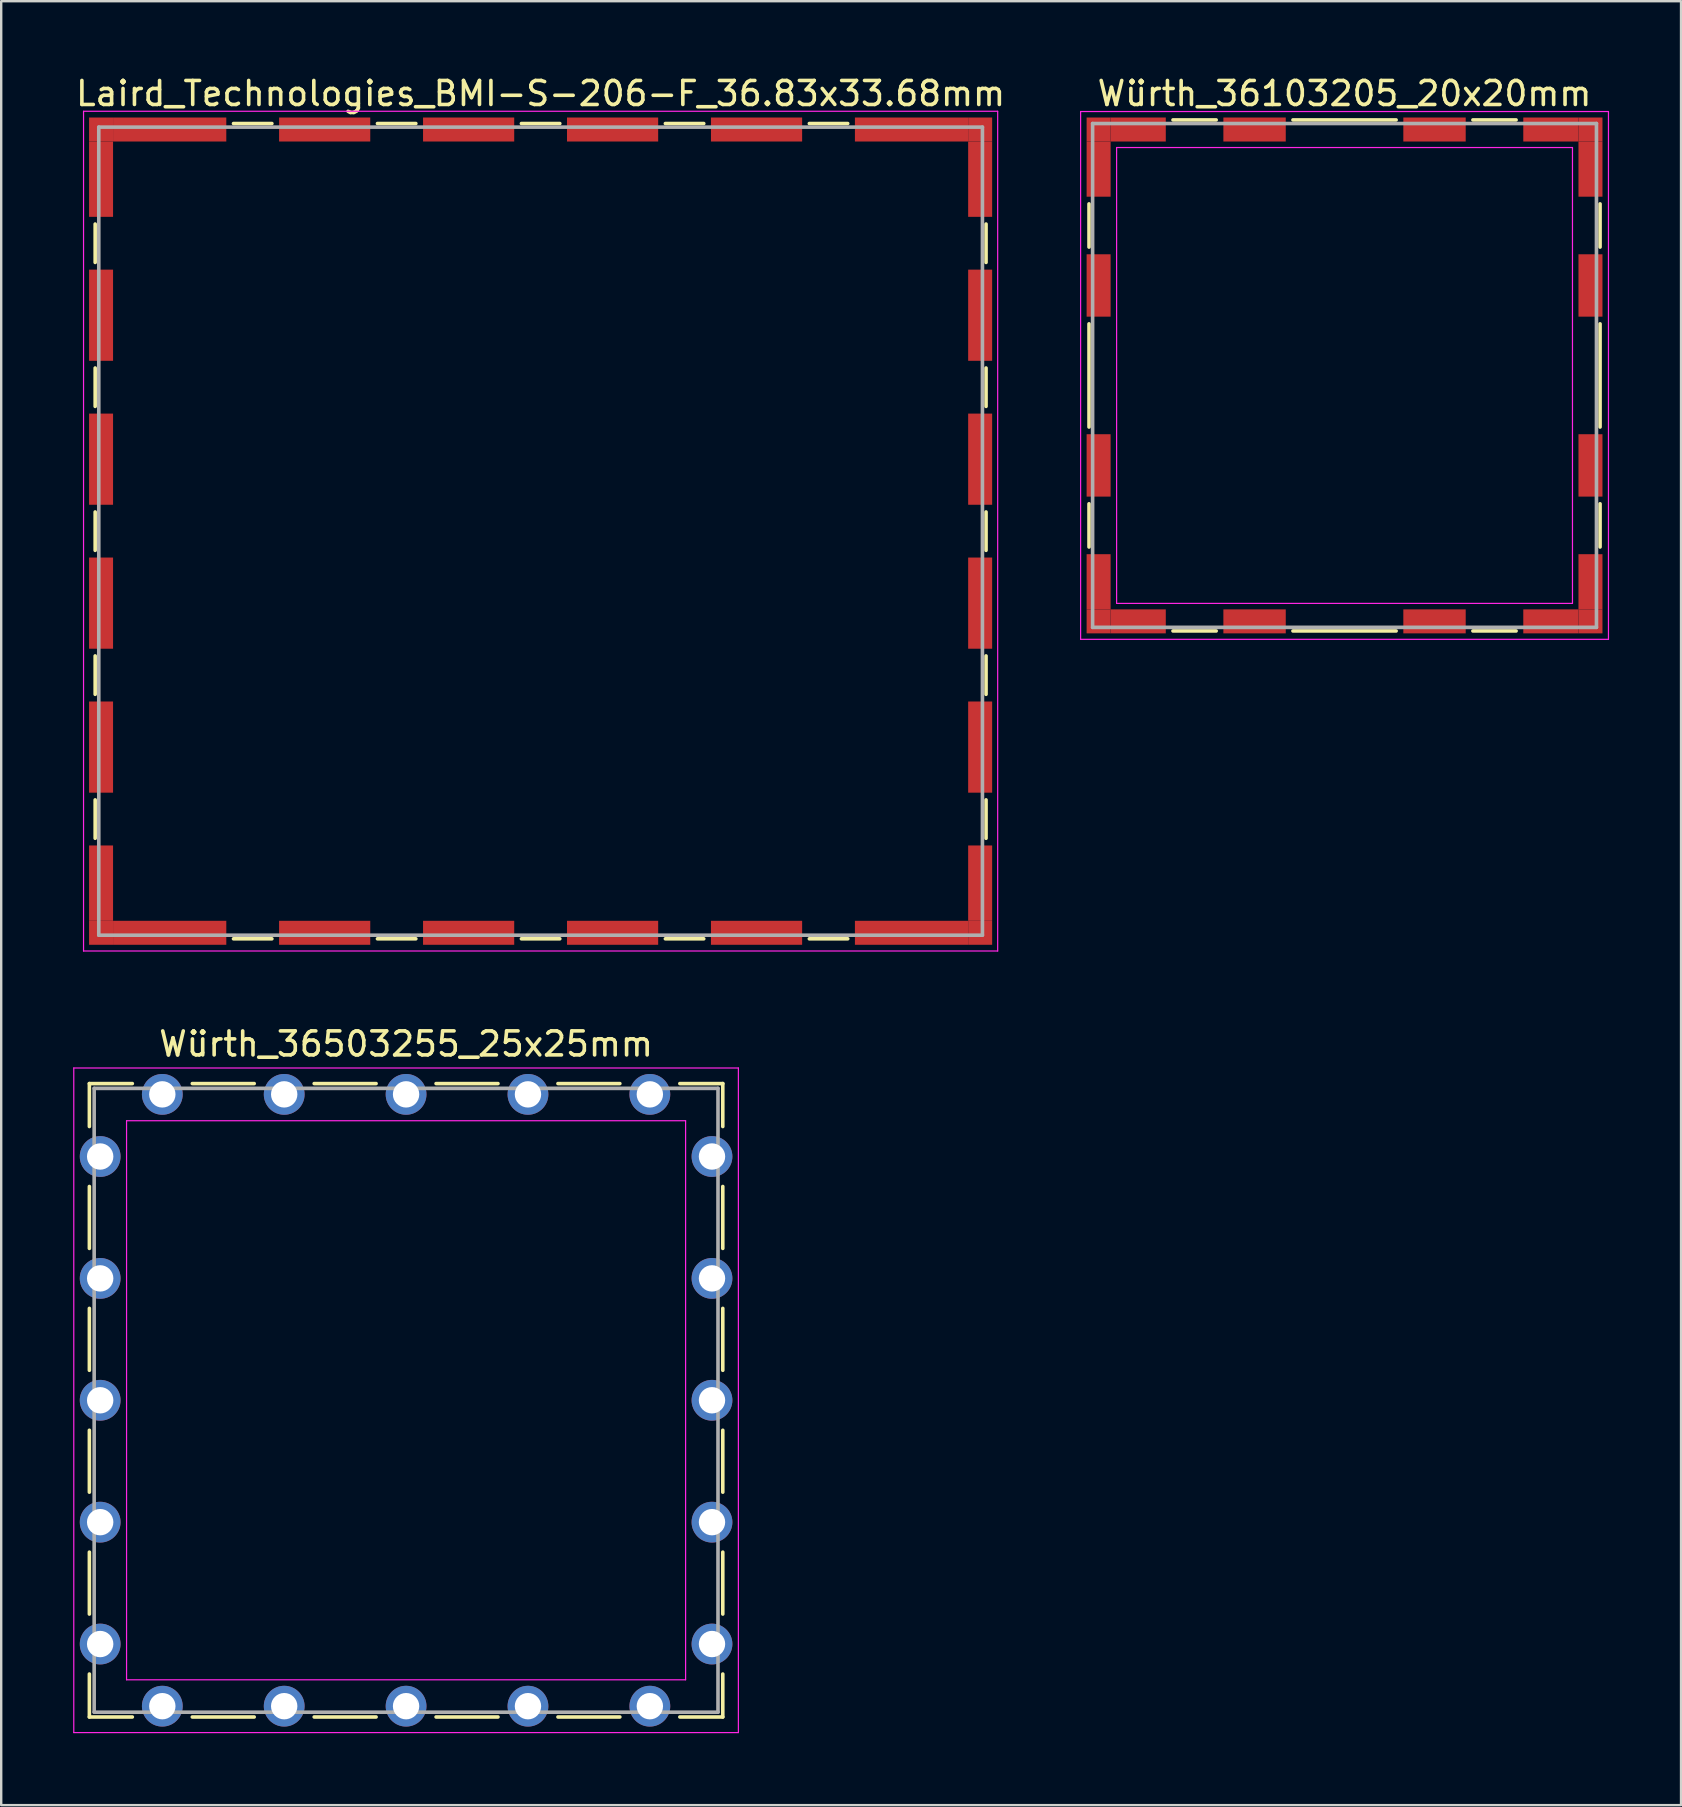
<source format=kicad_pcb>
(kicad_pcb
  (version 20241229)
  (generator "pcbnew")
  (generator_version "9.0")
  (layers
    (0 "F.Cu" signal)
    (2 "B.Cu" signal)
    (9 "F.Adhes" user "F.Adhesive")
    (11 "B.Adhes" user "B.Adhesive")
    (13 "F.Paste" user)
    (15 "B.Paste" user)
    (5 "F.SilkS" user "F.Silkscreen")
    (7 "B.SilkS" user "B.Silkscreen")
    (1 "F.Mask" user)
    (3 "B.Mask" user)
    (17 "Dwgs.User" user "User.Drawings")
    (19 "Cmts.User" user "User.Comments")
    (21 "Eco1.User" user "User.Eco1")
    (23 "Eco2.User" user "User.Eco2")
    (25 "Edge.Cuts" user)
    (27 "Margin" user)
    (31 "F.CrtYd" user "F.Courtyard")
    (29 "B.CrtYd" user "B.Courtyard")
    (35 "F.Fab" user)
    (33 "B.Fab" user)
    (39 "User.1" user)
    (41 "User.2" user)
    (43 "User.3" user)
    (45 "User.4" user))
  (footprint "Würth_36103205_20x20mm"
    (layer "F.Cu")
    (at 52.989 12.598)
    (property "Reference" "Würth_36103205_20x20mm" (at 0 -11.75 0) (layer "F.SilkS") (effects (font (size 1 1) (thickness 0.15))))
    (attr smd)
    (fp_line (start -10.65 -7.15) (end -10.65 -5.35) (stroke (width 0.15) (type solid)) (layer "F.SilkS"))
    (fp_line (start -10.65 -2.15) (end -10.65 2.15) (stroke (width 0.15) (type solid)) (layer "F.SilkS"))
    (fp_line (start -10.65 5.35) (end -10.65 7.15) (stroke (width 0.15) (type solid)) (layer "F.SilkS"))
    (fp_line (start -7.15 -10.65) (end -5.35 -10.65) (stroke (width 0.15) (type solid)) (layer "F.SilkS"))
    (fp_line (start -7.15 10.65) (end -5.35 10.65) (stroke (width 0.15) (type solid)) (layer "F.SilkS"))
    (fp_line (start -2.15 -10.65) (end 2.15 -10.65) (stroke (width 0.15) (type solid)) (layer "F.SilkS"))
    (fp_line (start -2.15 10.65) (end 2.15 10.65) (stroke (width 0.15) (type solid)) (layer "F.SilkS"))
    (fp_line (start 5.35 -10.65) (end 7.15 -10.65) (stroke (width 0.15) (type solid)) (layer "F.SilkS"))
    (fp_line (start 5.35 10.65) (end 7.15 10.65) (stroke (width 0.15) (type solid)) (layer "F.SilkS"))
    (fp_line (start 10.65 -7.15) (end 10.65 -5.35) (stroke (width 0.15) (type solid)) (layer "F.SilkS"))
    (fp_line (start 10.65 -2.15) (end 10.65 2.15) (stroke (width 0.15) (type solid)) (layer "F.SilkS"))
    (fp_line (start 10.65 5.35) (end 10.65 7.15) (stroke (width 0.15) (type solid)) (layer "F.SilkS"))
    (fp_line (start -11 -11) (end -11 11) (stroke (width 0.05) (type solid)) (layer "F.CrtYd"))
    (fp_line (start -11 11) (end 11 11) (stroke (width 0.05) (type solid)) (layer "F.CrtYd"))
    (fp_line (start -9.5 -9.5) (end -9.5 9.5) (stroke (width 0.05) (type solid)) (layer "F.CrtYd"))
    (fp_line (start -9.5 9.5) (end 9.5 9.5) (stroke (width 0.05) (type solid)) (layer "F.CrtYd"))
    (fp_line (start 9.5 -9.5) (end -9.5 -9.5) (stroke (width 0.05) (type solid)) (layer "F.CrtYd"))
    (fp_line (start 9.5 9.5) (end 9.5 -9.5) (stroke (width 0.05) (type solid)) (layer "F.CrtYd"))
    (fp_line (start 11 -11) (end -11 -11) (stroke (width 0.05) (type solid)) (layer "F.CrtYd"))
    (fp_line (start 11 11) (end 11 -11) (stroke (width 0.05) (type solid)) (layer "F.CrtYd"))
    (fp_line (start -10.5 -10.5) (end -10.5 10.5) (stroke (width 0.15) (type solid)) (layer "F.Fab"))
    (fp_line (start -10.5 10.5) (end 10.5 10.5) (stroke (width 0.15) (type solid)) (layer "F.Fab"))
    (fp_line (start 10.5 -10.5) (end -10.5 -10.5) (stroke (width 0.15) (type solid)) (layer "F.Fab"))
    (fp_line (start 10.5 10.5) (end 10.5 -10.5) (stroke (width 0.15) (type solid)) (layer "F.Fab"))
    (pad "1" smd rect (at -10.25 -10.25) (size 1 1) (layers "F.Cu" "F.Mask"))
    (pad "1" smd rect (at -10.25 -8.6) (size 1 2.3) (layers "F.Cu" "F.Mask"))
    (pad "1" smd rect (at -10.25 -3.75) (size 1 2.6) (layers "F.Cu" "F.Mask"))
    (pad "1" smd rect (at -10.25 3.75) (size 1 2.6) (layers "F.Cu" "F.Mask"))
    (pad "1" smd rect (at -10.25 8.6) (size 1 2.3) (layers "F.Cu" "F.Mask"))
    (pad "1" smd rect (at -10.25 10.25) (size 1 1) (layers "F.Cu" "F.Mask"))
    (pad "1" smd rect (at -8.6 -10.25) (size 2.3 1) (layers "F.Cu" "F.Mask"))
    (pad "1" smd rect (at -8.6 10.25) (size 2.3 1) (layers "F.Cu" "F.Mask"))
    (pad "1" smd rect (at -3.75 -10.25) (size 2.6 1) (layers "F.Cu" "F.Mask"))
    (pad "1" smd rect (at -3.75 10.25) (size 2.6 1) (layers "F.Cu" "F.Mask"))
    (pad "1" smd rect (at 3.75 -10.25) (size 2.6 1) (layers "F.Cu" "F.Mask"))
    (pad "1" smd rect (at 3.75 10.25) (size 2.6 1) (layers "F.Cu" "F.Mask"))
    (pad "1" smd rect (at 8.6 -10.25) (size 2.3 1) (layers "F.Cu" "F.Mask"))
    (pad "1" smd rect (at 8.6 10.25) (size 2.3 1) (layers "F.Cu" "F.Mask"))
    (pad "1" smd rect (at 10.25 -10.25) (size 1 1) (layers "F.Cu" "F.Mask"))
    (pad "1" smd rect (at 10.25 -8.6) (size 1 2.3) (layers "F.Cu" "F.Mask"))
    (pad "1" smd rect (at 10.25 -3.75) (size 1 2.6) (layers "F.Cu" "F.Mask"))
    (pad "1" smd rect (at 10.25 3.75) (size 1 2.6) (layers "F.Cu" "F.Mask"))
    (pad "1" smd rect (at 10.25 8.6) (size 1 2.3) (layers "F.Cu" "F.Mask"))
    (pad "1" smd rect (at 10.25 10.25) (size 1 1) (layers "F.Cu" "F.Mask")))
  (footprint "Laird_Technologies_BMI-S-206-F_36.83x33.68mm"
    (layer "F.Cu")
    (at 19.482 19.088)
    (property "Reference" "Laird_Technologies_BMI-S-206-F_36.83x33.68mm" (at 0 -18.24 0) (layer "F.SilkS") (effects (font (size 1 1) (thickness 0.15))))
    (attr smd)
    (fp_line (start -18.565 -12.8) (end -18.565 -11.2) (stroke (width 0.15) (type solid)) (layer "F.SilkS"))
    (fp_line (start -18.565 -6.8) (end -18.565 -5.2) (stroke (width 0.15) (type solid)) (layer "F.SilkS"))
    (fp_line (start -18.565 -0.8) (end -18.565 0.8) (stroke (width 0.15) (type solid)) (layer "F.SilkS"))
    (fp_line (start -18.565 5.2) (end -18.565 6.8) (stroke (width 0.15) (type solid)) (layer "F.SilkS"))
    (fp_line (start -18.565 11.2) (end -18.565 12.8) (stroke (width 0.15) (type solid)) (layer "F.SilkS"))
    (fp_line (start -12.8 -16.99) (end -11.2 -16.99) (stroke (width 0.15) (type solid)) (layer "F.SilkS"))
    (fp_line (start -12.8 16.99) (end -11.2 16.99) (stroke (width 0.15) (type solid)) (layer "F.SilkS"))
    (fp_line (start -6.8 -16.99) (end -5.2 -16.99) (stroke (width 0.15) (type solid)) (layer "F.SilkS"))
    (fp_line (start -6.8 16.99) (end -5.2 16.99) (stroke (width 0.15) (type solid)) (layer "F.SilkS"))
    (fp_line (start -0.8 -16.99) (end 0.8 -16.99) (stroke (width 0.15) (type solid)) (layer "F.SilkS"))
    (fp_line (start -0.8 16.99) (end 0.8 16.99) (stroke (width 0.15) (type solid)) (layer "F.SilkS"))
    (fp_line (start 5.2 -16.99) (end 6.8 -16.99) (stroke (width 0.15) (type solid)) (layer "F.SilkS"))
    (fp_line (start 5.2 16.99) (end 6.8 16.99) (stroke (width 0.15) (type solid)) (layer "F.SilkS"))
    (fp_line (start 11.2 -16.99) (end 12.8 -16.99) (stroke (width 0.15) (type solid)) (layer "F.SilkS"))
    (fp_line (start 11.2 16.99) (end 12.8 16.99) (stroke (width 0.15) (type solid)) (layer "F.SilkS"))
    (fp_line (start 18.565 -12.8) (end 18.565 -11.2) (stroke (width 0.15) (type solid)) (layer "F.SilkS"))
    (fp_line (start 18.565 -6.8) (end 18.565 -5.2) (stroke (width 0.15) (type solid)) (layer "F.SilkS"))
    (fp_line (start 18.565 -0.8) (end 18.565 0.8) (stroke (width 0.15) (type solid)) (layer "F.SilkS"))
    (fp_line (start 18.565 5.2) (end 18.565 6.8) (stroke (width 0.15) (type solid)) (layer "F.SilkS"))
    (fp_line (start 18.565 11.2) (end 18.565 12.8) (stroke (width 0.15) (type solid)) (layer "F.SilkS"))
    (fp_line (start -19.05 -17.5) (end -19.05 17.5) (stroke (width 0.05) (type solid)) (layer "F.CrtYd"))
    (fp_line (start -19.05 17.5) (end 19.05 17.5) (stroke (width 0.05) (type solid)) (layer "F.CrtYd"))
    (fp_line (start 19.05 -17.5) (end -19.05 -17.5) (stroke (width 0.05) (type solid)) (layer "F.CrtYd"))
    (fp_line (start 19.05 17.5) (end 19.05 -17.5) (stroke (width 0.05) (type solid)) (layer "F.CrtYd"))
    (fp_line (start -18.415 -16.84) (end -18.415 16.84) (stroke (width 0.15) (type solid)) (layer "F.Fab"))
    (fp_line (start -18.415 16.84) (end 18.415 16.84) (stroke (width 0.15) (type solid)) (layer "F.Fab"))
    (fp_line (start 18.415 -16.84) (end -18.415 -16.84) (stroke (width 0.15) (type solid)) (layer "F.Fab"))
    (fp_line (start 18.415 16.84) (end 18.415 -16.84) (stroke (width 0.15) (type solid)) (layer "F.Fab"))
    (pad "1" smd rect (at -18.32 -16.74) (size 1 1) (layers "F.Cu" "F.Mask"))
    (pad "1" smd rect (at -18.32 -14.67) (size 1 3.14) (layers "F.Cu" "F.Mask"))
    (pad "1" smd rect (at -18.32 -9) (size 1 3.8) (layers "F.Cu" "F.Mask"))
    (pad "1" smd rect (at -18.32 -3) (size 1 3.8) (layers "F.Cu" "F.Mask"))
    (pad "1" smd rect (at -18.32 3) (size 1 3.8) (layers "F.Cu" "F.Mask"))
    (pad "1" smd rect (at -18.32 9) (size 1 3.8) (layers "F.Cu" "F.Mask"))
    (pad "1" smd rect (at -18.32 14.67) (size 1 3.14) (layers "F.Cu" "F.Mask"))
    (pad "1" smd rect (at -18.32 16.74) (size 1 1) (layers "F.Cu" "F.Mask"))
    (pad "1" smd rect (at -15.46 -16.74) (size 4.72 1) (layers "F.Cu" "F.Mask"))
    (pad "1" smd rect (at -15.46 16.74) (size 4.72 1) (layers "F.Cu" "F.Mask"))
    (pad "1" smd rect (at -9 -16.74) (size 3.8 1) (layers "F.Cu" "F.Mask"))
    (pad "1" smd rect (at -9 16.74) (size 3.8 1) (layers "F.Cu" "F.Mask"))
    (pad "1" smd rect (at -3 -16.74) (size 3.8 1) (layers "F.Cu" "F.Mask"))
    (pad "1" smd rect (at -3 16.74) (size 3.8 1) (layers "F.Cu" "F.Mask"))
    (pad "1" smd rect (at 3 -16.74) (size 3.8 1) (layers "F.Cu" "F.Mask"))
    (pad "1" smd rect (at 3 16.74) (size 3.8 1) (layers "F.Cu" "F.Mask"))
    (pad "1" smd rect (at 9 -16.74) (size 3.8 1) (layers "F.Cu" "F.Mask"))
    (pad "1" smd rect (at 9 16.74) (size 3.8 1) (layers "F.Cu" "F.Mask"))
    (pad "1" smd rect (at 15.46 -16.74) (size 4.72 1) (layers "F.Cu" "F.Mask"))
    (pad "1" smd rect (at 15.46 16.74) (size 4.72 1) (layers "F.Cu" "F.Mask"))
    (pad "1" smd rect (at 18.32 -16.74) (size 1 1) (layers "F.Cu" "F.Mask"))
    (pad "1" smd rect (at 18.32 -14.67) (size 1 3.14) (layers "F.Cu" "F.Mask"))
    (pad "1" smd rect (at 18.32 -9) (size 1 3.8) (layers "F.Cu" "F.Mask"))
    (pad "1" smd rect (at 18.32 -3) (size 1 3.8) (layers "F.Cu" "F.Mask"))
    (pad "1" smd rect (at 18.32 3) (size 1 3.8) (layers "F.Cu" "F.Mask"))
    (pad "1" smd rect (at 18.32 9) (size 1 3.8) (layers "F.Cu" "F.Mask"))
    (pad "1" smd rect (at 18.32 14.67) (size 1 3.14) (layers "F.Cu" "F.Mask"))
    (pad "1" smd rect (at 18.32 16.74) (size 1 1) (layers "F.Cu" "F.Mask")))
  (footprint "Würth_36503255_25x25mm"
    (layer "F.Cu")
    (at 13.875 55.312)
    (property "Reference" "Würth_36503255_25x25mm" (at 0 -14.85 0) (layer "F.SilkS") (effects (font (size 1 1) (thickness 0.15))))
    (attr through_hole)
    (fp_line (start -13.2 -13.2) (end -11.41 -13.2) (stroke (width 0.15) (type solid)) (layer "F.SilkS"))
    (fp_line (start -13.2 -11.41) (end -13.2 -13.2) (stroke (width 0.15) (type solid)) (layer "F.SilkS"))
    (fp_line (start -13.2 -6.33) (end -13.2 -8.91) (stroke (width 0.15) (type solid)) (layer "F.SilkS"))
    (fp_line (start -13.2 -1.25) (end -13.2 -3.83) (stroke (width 0.15) (type solid)) (layer "F.SilkS"))
    (fp_line (start -13.2 1.25) (end -13.2 3.83) (stroke (width 0.15) (type solid)) (layer "F.SilkS"))
    (fp_line (start -13.2 6.33) (end -13.2 8.91) (stroke (width 0.15) (type solid)) (layer "F.SilkS"))
    (fp_line (start -13.2 11.41) (end -13.2 13.2) (stroke (width 0.15) (type solid)) (layer "F.SilkS"))
    (fp_line (start -13.2 13.2) (end -11.41 13.2) (stroke (width 0.15) (type solid)) (layer "F.SilkS"))
    (fp_line (start -6.33 -13.2) (end -8.91 -13.2) (stroke (width 0.15) (type solid)) (layer "F.SilkS"))
    (fp_line (start -6.33 13.2) (end -8.91 13.2) (stroke (width 0.15) (type solid)) (layer "F.SilkS"))
    (fp_line (start -1.25 -13.2) (end -3.83 -13.2) (stroke (width 0.15) (type solid)) (layer "F.SilkS"))
    (fp_line (start -1.25 13.2) (end -3.83 13.2) (stroke (width 0.15) (type solid)) (layer "F.SilkS"))
    (fp_line (start 1.25 -13.2) (end 3.83 -13.2) (stroke (width 0.15) (type solid)) (layer "F.SilkS"))
    (fp_line (start 1.25 13.2) (end 3.83 13.2) (stroke (width 0.15) (type solid)) (layer "F.SilkS"))
    (fp_line (start 6.33 -13.2) (end 8.91 -13.2) (stroke (width 0.15) (type solid)) (layer "F.SilkS"))
    (fp_line (start 6.33 13.2) (end 8.91 13.2) (stroke (width 0.15) (type solid)) (layer "F.SilkS"))
    (fp_line (start 13.2 -13.2) (end 11.41 -13.2) (stroke (width 0.15) (type solid)) (layer "F.SilkS"))
    (fp_line (start 13.2 -11.41) (end 13.2 -13.2) (stroke (width 0.15) (type solid)) (layer "F.SilkS"))
    (fp_line (start 13.2 -6.33) (end 13.2 -8.91) (stroke (width 0.15) (type solid)) (layer "F.SilkS"))
    (fp_line (start 13.2 -1.25) (end 13.2 -3.83) (stroke (width 0.15) (type solid)) (layer "F.SilkS"))
    (fp_line (start 13.2 1.25) (end 13.2 3.83) (stroke (width 0.15) (type solid)) (layer "F.SilkS"))
    (fp_line (start 13.2 6.33) (end 13.2 8.91) (stroke (width 0.15) (type solid)) (layer "F.SilkS"))
    (fp_line (start 13.2 11.41) (end 13.2 13.2) (stroke (width 0.15) (type solid)) (layer "F.SilkS"))
    (fp_line (start 13.2 13.2) (end 11.41 13.2) (stroke (width 0.15) (type solid)) (layer "F.SilkS"))
    (fp_line (start -13.85 -13.85) (end -13.85 13.85) (stroke (width 0.05) (type solid)) (layer "F.CrtYd"))
    (fp_line (start -13.85 13.85) (end 13.85 13.85) (stroke (width 0.05) (type solid)) (layer "F.CrtYd"))
    (fp_line (start -11.65 -11.65) (end -11.65 11.65) (stroke (width 0.05) (type solid)) (layer "F.CrtYd"))
    (fp_line (start -11.65 11.65) (end 11.65 11.65) (stroke (width 0.05) (type solid)) (layer "F.CrtYd"))
    (fp_line (start 11.65 -11.65) (end -11.65 -11.65) (stroke (width 0.05) (type solid)) (layer "F.CrtYd"))
    (fp_line (start 11.65 11.65) (end 11.65 -11.65) (stroke (width 0.05) (type solid)) (layer "F.CrtYd"))
    (fp_line (start 13.85 -13.85) (end -13.85 -13.85) (stroke (width 0.05) (type solid)) (layer "F.CrtYd"))
    (fp_line (start 13.85 13.85) (end 13.85 -13.85) (stroke (width 0.05) (type solid)) (layer "F.CrtYd"))
    (fp_line (start -13 -13) (end -13 13) (stroke (width 0.15) (type solid)) (layer "F.Fab"))
    (fp_line (start -13 13) (end 13 13) (stroke (width 0.15) (type solid)) (layer "F.Fab"))
    (fp_line (start 13 -13) (end -13 -13) (stroke (width 0.15) (type solid)) (layer "F.Fab"))
    (fp_line (start 13 13) (end 13 -13) (stroke (width 0.15) (type solid)) (layer "F.Fab"))
    (pad "1" thru_hole circle (at -12.75 -10.16) (size 1.7 1.7) (drill 1.1) (layers "*.Cu" "*.Mask"))
    (pad "1" thru_hole circle (at -12.75 -5.08) (size 1.7 1.7) (drill 1.1) (layers "*.Cu" "*.Mask"))
    (pad "1" thru_hole circle (at -12.75 0) (size 1.7 1.7) (drill 1.1) (layers "*.Cu" "*.Mask"))
    (pad "1" thru_hole circle (at -12.75 5.08) (size 1.7 1.7) (drill 1.1) (layers "*.Cu" "*.Mask"))
    (pad "1" thru_hole circle (at -12.75 10.16) (size 1.7 1.7) (drill 1.1) (layers "*.Cu" "*.Mask"))
    (pad "1" thru_hole circle (at -10.16 -12.75) (size 1.7 1.7) (drill 1.1) (layers "*.Cu" "*.Mask"))
    (pad "1" thru_hole circle (at -10.16 12.75) (size 1.7 1.7) (drill 1.1) (layers "*.Cu" "*.Mask"))
    (pad "1" thru_hole circle (at -5.08 -12.75) (size 1.7 1.7) (drill 1.1) (layers "*.Cu" "*.Mask"))
    (pad "1" thru_hole circle (at -5.08 12.75) (size 1.7 1.7) (drill 1.1) (layers "*.Cu" "*.Mask"))
    (pad "1" thru_hole circle (at 0 -12.75) (size 1.7 1.7) (drill 1.1) (layers "*.Cu" "*.Mask"))
    (pad "1" thru_hole circle (at 0 12.75) (size 1.7 1.7) (drill 1.1) (layers "*.Cu" "*.Mask"))
    (pad "1" thru_hole circle (at 5.08 -12.75) (size 1.7 1.7) (drill 1.1) (layers "*.Cu" "*.Mask"))
    (pad "1" thru_hole circle (at 5.08 12.75) (size 1.7 1.7) (drill 1.1) (layers "*.Cu" "*.Mask"))
    (pad "1" thru_hole circle (at 10.16 -12.75) (size 1.7 1.7) (drill 1.1) (layers "*.Cu" "*.Mask"))
    (pad "1" thru_hole circle (at 10.16 12.75) (size 1.7 1.7) (drill 1.1) (layers "*.Cu" "*.Mask"))
    (pad "1" thru_hole circle (at 12.75 -10.16) (size 1.7 1.7) (drill 1.1) (layers "*.Cu" "*.Mask"))
    (pad "1" thru_hole circle (at 12.75 -5.08) (size 1.7 1.7) (drill 1.1) (layers "*.Cu" "*.Mask"))
    (pad "1" thru_hole circle (at 12.75 0) (size 1.7 1.7) (drill 1.1) (layers "*.Cu" "*.Mask"))
    (pad "1" thru_hole circle (at 12.75 5.08) (size 1.7 1.7) (drill 1.1) (layers "*.Cu" "*.Mask"))
    (pad "1" thru_hole circle (at 12.75 10.16) (size 1.7 1.7) (drill 1.1) (layers "*.Cu" "*.Mask")))
  (gr_rect
    (start -3 -3)
    (end 67.014 72.186)
    (stroke (width 0.1) (type default))
    (fill no)
    (layer "Edge.Cuts")))
</source>
